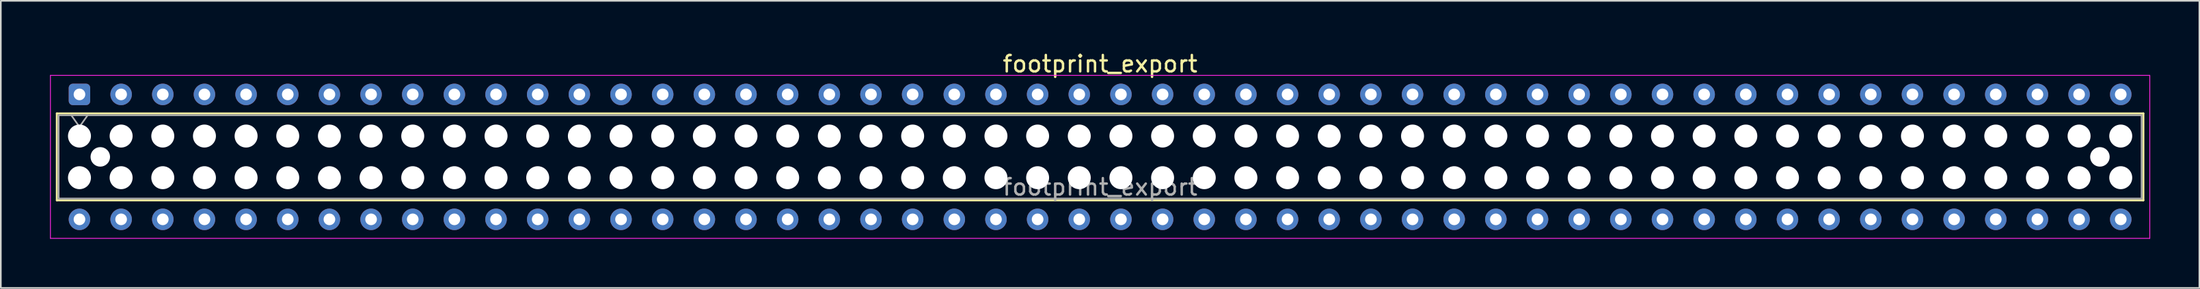
<source format=kicad_pcb>
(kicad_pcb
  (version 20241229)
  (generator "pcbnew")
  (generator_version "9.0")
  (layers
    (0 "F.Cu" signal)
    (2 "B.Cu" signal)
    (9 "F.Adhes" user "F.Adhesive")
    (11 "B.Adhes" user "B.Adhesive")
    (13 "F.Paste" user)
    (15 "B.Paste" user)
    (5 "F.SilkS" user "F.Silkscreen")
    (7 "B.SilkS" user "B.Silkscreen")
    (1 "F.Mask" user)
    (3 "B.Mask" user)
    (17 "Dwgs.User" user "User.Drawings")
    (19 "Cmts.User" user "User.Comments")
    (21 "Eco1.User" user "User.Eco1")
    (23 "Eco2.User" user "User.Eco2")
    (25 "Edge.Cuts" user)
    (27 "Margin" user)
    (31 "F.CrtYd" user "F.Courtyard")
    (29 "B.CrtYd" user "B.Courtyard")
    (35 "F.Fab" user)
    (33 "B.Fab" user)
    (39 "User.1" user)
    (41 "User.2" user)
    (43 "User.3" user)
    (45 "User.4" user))
  (footprint "footprint_export"
    (layer "F.Cu")
    (at 1.795 2.708)
    (property "Reference" "footprint_export" (at 62.23 -1.86 0) (layer "F.SilkS") (effects (font (size 1 1) (thickness 0.15))))
    (attr through_hole)
    (fp_line (start -1.38 1.16) (end 125.84 1.16) (stroke (width 0.12) (type solid)) (layer "F.SilkS"))
    (fp_line (start -1.38 6.46) (end -1.38 1.16) (stroke (width 0.12) (type solid)) (layer "F.SilkS"))
    (fp_line (start 125.84 1.16) (end 125.84 6.46) (stroke (width 0.12) (type solid)) (layer "F.SilkS"))
    (fp_line (start 125.84 6.46) (end -1.38 6.46) (stroke (width 0.12) (type solid)) (layer "F.SilkS"))
    (fp_line (start -1.77 -1.16) (end 126.23 -1.16) (stroke (width 0.05) (type solid)) (layer "F.CrtYd"))
    (fp_line (start -1.77 8.78) (end -1.77 -1.16) (stroke (width 0.05) (type solid)) (layer "F.CrtYd"))
    (fp_line (start 126.23 -1.16) (end 126.23 8.78) (stroke (width 0.05) (type solid)) (layer "F.CrtYd"))
    (fp_line (start 126.23 8.78) (end -1.77 8.78) (stroke (width 0.05) (type solid)) (layer "F.CrtYd"))
    (fp_line (start -1.27 1.27) (end 125.73 1.27) (stroke (width 0.1) (type solid)) (layer "F.Fab"))
    (fp_line (start -1.27 6.35) (end -1.27 1.27) (stroke (width 0.1) (type solid)) (layer "F.Fab"))
    (fp_line (start -0.5 1.27) (end 0 1.977) (stroke (width 0.1) (type solid)) (layer "F.Fab"))
    (fp_line (start 0 1.977) (end 0.5 1.27) (stroke (width 0.1) (type solid)) (layer "F.Fab"))
    (fp_line (start 125.73 1.27) (end 125.73 6.35) (stroke (width 0.1) (type solid)) (layer "F.Fab"))
    (fp_line (start 125.73 6.35) (end -1.27 6.35) (stroke (width 0.1) (type solid)) (layer "F.Fab"))
    (fp_text user "${REFERENCE}" (at 62.23 5.65 0) (layer "F.Fab") (effects (font (size 1 1) (thickness 0.15))))
    (pad "" np_thru_hole circle (at 0 2.54) (size 1.4 1.4) (drill 1.4) (layers "*.Cu" "*.Mask"))
    (pad "" np_thru_hole circle (at 0 5.08) (size 1.4 1.4) (drill 1.4) (layers "*.Cu" "*.Mask"))
    (pad "" np_thru_hole circle (at 1.27 3.81) (size 1.19 1.19) (drill 1.19) (layers "*.Cu" "*.Mask"))
    (pad "" np_thru_hole circle (at 2.54 2.54) (size 1.4 1.4) (drill 1.4) (layers "*.Cu" "*.Mask"))
    (pad "" np_thru_hole circle (at 2.54 5.08) (size 1.4 1.4) (drill 1.4) (layers "*.Cu" "*.Mask"))
    (pad "" np_thru_hole circle (at 5.08 2.54) (size 1.4 1.4) (drill 1.4) (layers "*.Cu" "*.Mask"))
    (pad "" np_thru_hole circle (at 5.08 5.08) (size 1.4 1.4) (drill 1.4) (layers "*.Cu" "*.Mask"))
    (pad "" np_thru_hole circle (at 7.62 2.54) (size 1.4 1.4) (drill 1.4) (layers "*.Cu" "*.Mask"))
    (pad "" np_thru_hole circle (at 7.62 5.08) (size 1.4 1.4) (drill 1.4) (layers "*.Cu" "*.Mask"))
    (pad "" np_thru_hole circle (at 10.16 2.54) (size 1.4 1.4) (drill 1.4) (layers "*.Cu" "*.Mask"))
    (pad "" np_thru_hole circle (at 10.16 5.08) (size 1.4 1.4) (drill 1.4) (layers "*.Cu" "*.Mask"))
    (pad "" np_thru_hole circle (at 12.7 2.54) (size 1.4 1.4) (drill 1.4) (layers "*.Cu" "*.Mask"))
    (pad "" np_thru_hole circle (at 12.7 5.08) (size 1.4 1.4) (drill 1.4) (layers "*.Cu" "*.Mask"))
    (pad "" np_thru_hole circle (at 15.24 2.54) (size 1.4 1.4) (drill 1.4) (layers "*.Cu" "*.Mask"))
    (pad "" np_thru_hole circle (at 15.24 5.08) (size 1.4 1.4) (drill 1.4) (layers "*.Cu" "*.Mask"))
    (pad "" np_thru_hole circle (at 17.78 2.54) (size 1.4 1.4) (drill 1.4) (layers "*.Cu" "*.Mask"))
    (pad "" np_thru_hole circle (at 17.78 5.08) (size 1.4 1.4) (drill 1.4) (layers "*.Cu" "*.Mask"))
    (pad "" np_thru_hole circle (at 20.32 2.54) (size 1.4 1.4) (drill 1.4) (layers "*.Cu" "*.Mask"))
    (pad "" np_thru_hole circle (at 20.32 5.08) (size 1.4 1.4) (drill 1.4) (layers "*.Cu" "*.Mask"))
    (pad "" np_thru_hole circle (at 22.86 2.54) (size 1.4 1.4) (drill 1.4) (layers "*.Cu" "*.Mask"))
    (pad "" np_thru_hole circle (at 22.86 5.08) (size 1.4 1.4) (drill 1.4) (layers "*.Cu" "*.Mask"))
    (pad "" np_thru_hole circle (at 25.4 2.54) (size 1.4 1.4) (drill 1.4) (layers "*.Cu" "*.Mask"))
    (pad "" np_thru_hole circle (at 25.4 5.08) (size 1.4 1.4) (drill 1.4) (layers "*.Cu" "*.Mask"))
    (pad "" np_thru_hole circle (at 27.94 2.54) (size 1.4 1.4) (drill 1.4) (layers "*.Cu" "*.Mask"))
    (pad "" np_thru_hole circle (at 27.94 5.08) (size 1.4 1.4) (drill 1.4) (layers "*.Cu" "*.Mask"))
    (pad "" np_thru_hole circle (at 30.48 2.54) (size 1.4 1.4) (drill 1.4) (layers "*.Cu" "*.Mask"))
    (pad "" np_thru_hole circle (at 30.48 5.08) (size 1.4 1.4) (drill 1.4) (layers "*.Cu" "*.Mask"))
    (pad "" np_thru_hole circle (at 33.02 2.54) (size 1.4 1.4) (drill 1.4) (layers "*.Cu" "*.Mask"))
    (pad "" np_thru_hole circle (at 33.02 5.08) (size 1.4 1.4) (drill 1.4) (layers "*.Cu" "*.Mask"))
    (pad "" np_thru_hole circle (at 35.56 2.54) (size 1.4 1.4) (drill 1.4) (layers "*.Cu" "*.Mask"))
    (pad "" np_thru_hole circle (at 35.56 5.08) (size 1.4 1.4) (drill 1.4) (layers "*.Cu" "*.Mask"))
    (pad "" np_thru_hole circle (at 38.1 2.54) (size 1.4 1.4) (drill 1.4) (layers "*.Cu" "*.Mask"))
    (pad "" np_thru_hole circle (at 38.1 5.08) (size 1.4 1.4) (drill 1.4) (layers "*.Cu" "*.Mask"))
    (pad "" np_thru_hole circle (at 40.64 2.54) (size 1.4 1.4) (drill 1.4) (layers "*.Cu" "*.Mask"))
    (pad "" np_thru_hole circle (at 40.64 5.08) (size 1.4 1.4) (drill 1.4) (layers "*.Cu" "*.Mask"))
    (pad "" np_thru_hole circle (at 43.18 2.54) (size 1.4 1.4) (drill 1.4) (layers "*.Cu" "*.Mask"))
    (pad "" np_thru_hole circle (at 43.18 5.08) (size 1.4 1.4) (drill 1.4) (layers "*.Cu" "*.Mask"))
    (pad "" np_thru_hole circle (at 45.72 2.54) (size 1.4 1.4) (drill 1.4) (layers "*.Cu" "*.Mask"))
    (pad "" np_thru_hole circle (at 45.72 5.08) (size 1.4 1.4) (drill 1.4) (layers "*.Cu" "*.Mask"))
    (pad "" np_thru_hole circle (at 48.26 2.54) (size 1.4 1.4) (drill 1.4) (layers "*.Cu" "*.Mask"))
    (pad "" np_thru_hole circle (at 48.26 5.08) (size 1.4 1.4) (drill 1.4) (layers "*.Cu" "*.Mask"))
    (pad "" np_thru_hole circle (at 50.8 2.54) (size 1.4 1.4) (drill 1.4) (layers "*.Cu" "*.Mask"))
    (pad "" np_thru_hole circle (at 50.8 5.08) (size 1.4 1.4) (drill 1.4) (layers "*.Cu" "*.Mask"))
    (pad "" np_thru_hole circle (at 53.34 2.54) (size 1.4 1.4) (drill 1.4) (layers "*.Cu" "*.Mask"))
    (pad "" np_thru_hole circle (at 53.34 5.08) (size 1.4 1.4) (drill 1.4) (layers "*.Cu" "*.Mask"))
    (pad "" np_thru_hole circle (at 55.88 2.54) (size 1.4 1.4) (drill 1.4) (layers "*.Cu" "*.Mask"))
    (pad "" np_thru_hole circle (at 55.88 5.08) (size 1.4 1.4) (drill 1.4) (layers "*.Cu" "*.Mask"))
    (pad "" np_thru_hole circle (at 58.42 2.54) (size 1.4 1.4) (drill 1.4) (layers "*.Cu" "*.Mask"))
    (pad "" np_thru_hole circle (at 58.42 5.08) (size 1.4 1.4) (drill 1.4) (layers "*.Cu" "*.Mask"))
    (pad "" np_thru_hole circle (at 60.96 2.54) (size 1.4 1.4) (drill 1.4) (layers "*.Cu" "*.Mask"))
    (pad "" np_thru_hole circle (at 60.96 5.08) (size 1.4 1.4) (drill 1.4) (layers "*.Cu" "*.Mask"))
    (pad "" np_thru_hole circle (at 63.5 2.54) (size 1.4 1.4) (drill 1.4) (layers "*.Cu" "*.Mask"))
    (pad "" np_thru_hole circle (at 63.5 5.08) (size 1.4 1.4) (drill 1.4) (layers "*.Cu" "*.Mask"))
    (pad "" np_thru_hole circle (at 66.04 2.54) (size 1.4 1.4) (drill 1.4) (layers "*.Cu" "*.Mask"))
    (pad "" np_thru_hole circle (at 66.04 5.08) (size 1.4 1.4) (drill 1.4) (layers "*.Cu" "*.Mask"))
    (pad "" np_thru_hole circle (at 68.58 2.54) (size 1.4 1.4) (drill 1.4) (layers "*.Cu" "*.Mask"))
    (pad "" np_thru_hole circle (at 68.58 5.08) (size 1.4 1.4) (drill 1.4) (layers "*.Cu" "*.Mask"))
    (pad "" np_thru_hole circle (at 71.12 2.54) (size 1.4 1.4) (drill 1.4) (layers "*.Cu" "*.Mask"))
    (pad "" np_thru_hole circle (at 71.12 5.08) (size 1.4 1.4) (drill 1.4) (layers "*.Cu" "*.Mask"))
    (pad "" np_thru_hole circle (at 73.66 2.54) (size 1.4 1.4) (drill 1.4) (layers "*.Cu" "*.Mask"))
    (pad "" np_thru_hole circle (at 73.66 5.08) (size 1.4 1.4) (drill 1.4) (layers "*.Cu" "*.Mask"))
    (pad "" np_thru_hole circle (at 76.2 2.54) (size 1.4 1.4) (drill 1.4) (layers "*.Cu" "*.Mask"))
    (pad "" np_thru_hole circle (at 76.2 5.08) (size 1.4 1.4) (drill 1.4) (layers "*.Cu" "*.Mask"))
    (pad "" np_thru_hole circle (at 78.74 2.54) (size 1.4 1.4) (drill 1.4) (layers "*.Cu" "*.Mask"))
    (pad "" np_thru_hole circle (at 78.74 5.08) (size 1.4 1.4) (drill 1.4) (layers "*.Cu" "*.Mask"))
    (pad "" np_thru_hole circle (at 81.28 2.54) (size 1.4 1.4) (drill 1.4) (layers "*.Cu" "*.Mask"))
    (pad "" np_thru_hole circle (at 81.28 5.08) (size 1.4 1.4) (drill 1.4) (layers "*.Cu" "*.Mask"))
    (pad "" np_thru_hole circle (at 83.82 2.54) (size 1.4 1.4) (drill 1.4) (layers "*.Cu" "*.Mask"))
    (pad "" np_thru_hole circle (at 83.82 5.08) (size 1.4 1.4) (drill 1.4) (layers "*.Cu" "*.Mask"))
    (pad "" np_thru_hole circle (at 86.36 2.54) (size 1.4 1.4) (drill 1.4) (layers "*.Cu" "*.Mask"))
    (pad "" np_thru_hole circle (at 86.36 5.08) (size 1.4 1.4) (drill 1.4) (layers "*.Cu" "*.Mask"))
    (pad "" np_thru_hole circle (at 88.9 2.54) (size 1.4 1.4) (drill 1.4) (layers "*.Cu" "*.Mask"))
    (pad "" np_thru_hole circle (at 88.9 5.08) (size 1.4 1.4) (drill 1.4) (layers "*.Cu" "*.Mask"))
    (pad "" np_thru_hole circle (at 91.44 2.54) (size 1.4 1.4) (drill 1.4) (layers "*.Cu" "*.Mask"))
    (pad "" np_thru_hole circle (at 91.44 5.08) (size 1.4 1.4) (drill 1.4) (layers "*.Cu" "*.Mask"))
    (pad "" np_thru_hole circle (at 93.98 2.54) (size 1.4 1.4) (drill 1.4) (layers "*.Cu" "*.Mask"))
    (pad "" np_thru_hole circle (at 93.98 5.08) (size 1.4 1.4) (drill 1.4) (layers "*.Cu" "*.Mask"))
    (pad "" np_thru_hole circle (at 96.52 2.54) (size 1.4 1.4) (drill 1.4) (layers "*.Cu" "*.Mask"))
    (pad "" np_thru_hole circle (at 96.52 5.08) (size 1.4 1.4) (drill 1.4) (layers "*.Cu" "*.Mask"))
    (pad "" np_thru_hole circle (at 99.06 2.54) (size 1.4 1.4) (drill 1.4) (layers "*.Cu" "*.Mask"))
    (pad "" np_thru_hole circle (at 99.06 5.08) (size 1.4 1.4) (drill 1.4) (layers "*.Cu" "*.Mask"))
    (pad "" np_thru_hole circle (at 101.6 2.54) (size 1.4 1.4) (drill 1.4) (layers "*.Cu" "*.Mask"))
    (pad "" np_thru_hole circle (at 101.6 5.08) (size 1.4 1.4) (drill 1.4) (layers "*.Cu" "*.Mask"))
    (pad "" np_thru_hole circle (at 104.14 2.54) (size 1.4 1.4) (drill 1.4) (layers "*.Cu" "*.Mask"))
    (pad "" np_thru_hole circle (at 104.14 5.08) (size 1.4 1.4) (drill 1.4) (layers "*.Cu" "*.Mask"))
    (pad "" np_thru_hole circle (at 106.68 2.54) (size 1.4 1.4) (drill 1.4) (layers "*.Cu" "*.Mask"))
    (pad "" np_thru_hole circle (at 106.68 5.08) (size 1.4 1.4) (drill 1.4) (layers "*.Cu" "*.Mask"))
    (pad "" np_thru_hole circle (at 109.22 2.54) (size 1.4 1.4) (drill 1.4) (layers "*.Cu" "*.Mask"))
    (pad "" np_thru_hole circle (at 109.22 5.08) (size 1.4 1.4) (drill 1.4) (layers "*.Cu" "*.Mask"))
    (pad "" np_thru_hole circle (at 111.76 2.54) (size 1.4 1.4) (drill 1.4) (layers "*.Cu" "*.Mask"))
    (pad "" np_thru_hole circle (at 111.76 5.08) (size 1.4 1.4) (drill 1.4) (layers "*.Cu" "*.Mask"))
    (pad "" np_thru_hole circle (at 114.3 2.54) (size 1.4 1.4) (drill 1.4) (layers "*.Cu" "*.Mask"))
    (pad "" np_thru_hole circle (at 114.3 5.08) (size 1.4 1.4) (drill 1.4) (layers "*.Cu" "*.Mask"))
    (pad "" np_thru_hole circle (at 116.84 2.54) (size 1.4 1.4) (drill 1.4) (layers "*.Cu" "*.Mask"))
    (pad "" np_thru_hole circle (at 116.84 5.08) (size 1.4 1.4) (drill 1.4) (layers "*.Cu" "*.Mask"))
    (pad "" np_thru_hole circle (at 119.38 2.54) (size 1.4 1.4) (drill 1.4) (layers "*.Cu" "*.Mask"))
    (pad "" np_thru_hole circle (at 119.38 5.08) (size 1.4 1.4) (drill 1.4) (layers "*.Cu" "*.Mask"))
    (pad "" np_thru_hole circle (at 121.92 2.54) (size 1.4 1.4) (drill 1.4) (layers "*.Cu" "*.Mask"))
    (pad "" np_thru_hole circle (at 121.92 5.08) (size 1.4 1.4) (drill 1.4) (layers "*.Cu" "*.Mask"))
    (pad "" np_thru_hole circle (at 123.19 3.81) (size 1.19 1.19) (drill 1.19) (layers "*.Cu" "*.Mask"))
    (pad "" np_thru_hole circle (at 124.46 2.54) (size 1.4 1.4) (drill 1.4) (layers "*.Cu" "*.Mask"))
    (pad "" np_thru_hole circle (at 124.46 5.08) (size 1.4 1.4) (drill 1.4) (layers "*.Cu" "*.Mask"))
    (pad "1" thru_hole roundrect (at 0 0) (size 1.31 1.31) (drill 0.71) (layers "*.Cu" "*.Mask") (roundrect_rratio 0.191))
    (pad "2" thru_hole circle (at 0 7.62) (size 1.31 1.31) (drill 0.71) (layers "*.Cu" "*.Mask"))
    (pad "3" thru_hole circle (at 2.54 0) (size 1.31 1.31) (drill 0.71) (layers "*.Cu" "*.Mask"))
    (pad "4" thru_hole circle (at 2.54 7.62) (size 1.31 1.31) (drill 0.71) (layers "*.Cu" "*.Mask"))
    (pad "5" thru_hole circle (at 5.08 0) (size 1.31 1.31) (drill 0.71) (layers "*.Cu" "*.Mask"))
    (pad "6" thru_hole circle (at 5.08 7.62) (size 1.31 1.31) (drill 0.71) (layers "*.Cu" "*.Mask"))
    (pad "7" thru_hole circle (at 7.62 0) (size 1.31 1.31) (drill 0.71) (layers "*.Cu" "*.Mask"))
    (pad "8" thru_hole circle (at 7.62 7.62) (size 1.31 1.31) (drill 0.71) (layers "*.Cu" "*.Mask"))
    (pad "9" thru_hole circle (at 10.16 0) (size 1.31 1.31) (drill 0.71) (layers "*.Cu" "*.Mask"))
    (pad "10" thru_hole circle (at 10.16 7.62) (size 1.31 1.31) (drill 0.71) (layers "*.Cu" "*.Mask"))
    (pad "11" thru_hole circle (at 12.7 0) (size 1.31 1.31) (drill 0.71) (layers "*.Cu" "*.Mask"))
    (pad "12" thru_hole circle (at 12.7 7.62) (size 1.31 1.31) (drill 0.71) (layers "*.Cu" "*.Mask"))
    (pad "13" thru_hole circle (at 15.24 0) (size 1.31 1.31) (drill 0.71) (layers "*.Cu" "*.Mask"))
    (pad "14" thru_hole circle (at 15.24 7.62) (size 1.31 1.31) (drill 0.71) (layers "*.Cu" "*.Mask"))
    (pad "15" thru_hole circle (at 17.78 0) (size 1.31 1.31) (drill 0.71) (layers "*.Cu" "*.Mask"))
    (pad "16" thru_hole circle (at 17.78 7.62) (size 1.31 1.31) (drill 0.71) (layers "*.Cu" "*.Mask"))
    (pad "17" thru_hole circle (at 20.32 0) (size 1.31 1.31) (drill 0.71) (layers "*.Cu" "*.Mask"))
    (pad "18" thru_hole circle (at 20.32 7.62) (size 1.31 1.31) (drill 0.71) (layers "*.Cu" "*.Mask"))
    (pad "19" thru_hole circle (at 22.86 0) (size 1.31 1.31) (drill 0.71) (layers "*.Cu" "*.Mask"))
    (pad "20" thru_hole circle (at 22.86 7.62) (size 1.31 1.31) (drill 0.71) (layers "*.Cu" "*.Mask"))
    (pad "21" thru_hole circle (at 25.4 0) (size 1.31 1.31) (drill 0.71) (layers "*.Cu" "*.Mask"))
    (pad "22" thru_hole circle (at 25.4 7.62) (size 1.31 1.31) (drill 0.71) (layers "*.Cu" "*.Mask"))
    (pad "23" thru_hole circle (at 27.94 0) (size 1.31 1.31) (drill 0.71) (layers "*.Cu" "*.Mask"))
    (pad "24" thru_hole circle (at 27.94 7.62) (size 1.31 1.31) (drill 0.71) (layers "*.Cu" "*.Mask"))
    (pad "25" thru_hole circle (at 30.48 0) (size 1.31 1.31) (drill 0.71) (layers "*.Cu" "*.Mask"))
    (pad "26" thru_hole circle (at 30.48 7.62) (size 1.31 1.31) (drill 0.71) (layers "*.Cu" "*.Mask"))
    (pad "27" thru_hole circle (at 33.02 0) (size 1.31 1.31) (drill 0.71) (layers "*.Cu" "*.Mask"))
    (pad "28" thru_hole circle (at 33.02 7.62) (size 1.31 1.31) (drill 0.71) (layers "*.Cu" "*.Mask"))
    (pad "29" thru_hole circle (at 35.56 0) (size 1.31 1.31) (drill 0.71) (layers "*.Cu" "*.Mask"))
    (pad "30" thru_hole circle (at 35.56 7.62) (size 1.31 1.31) (drill 0.71) (layers "*.Cu" "*.Mask"))
    (pad "31" thru_hole circle (at 38.1 0) (size 1.31 1.31) (drill 0.71) (layers "*.Cu" "*.Mask"))
    (pad "32" thru_hole circle (at 38.1 7.62) (size 1.31 1.31) (drill 0.71) (layers "*.Cu" "*.Mask"))
    (pad "33" thru_hole circle (at 40.64 0) (size 1.31 1.31) (drill 0.71) (layers "*.Cu" "*.Mask"))
    (pad "34" thru_hole circle (at 40.64 7.62) (size 1.31 1.31) (drill 0.71) (layers "*.Cu" "*.Mask"))
    (pad "35" thru_hole circle (at 43.18 0) (size 1.31 1.31) (drill 0.71) (layers "*.Cu" "*.Mask"))
    (pad "36" thru_hole circle (at 43.18 7.62) (size 1.31 1.31) (drill 0.71) (layers "*.Cu" "*.Mask"))
    (pad "37" thru_hole circle (at 45.72 0) (size 1.31 1.31) (drill 0.71) (layers "*.Cu" "*.Mask"))
    (pad "38" thru_hole circle (at 45.72 7.62) (size 1.31 1.31) (drill 0.71) (layers "*.Cu" "*.Mask"))
    (pad "39" thru_hole circle (at 48.26 0) (size 1.31 1.31) (drill 0.71) (layers "*.Cu" "*.Mask"))
    (pad "40" thru_hole circle (at 48.26 7.62) (size 1.31 1.31) (drill 0.71) (layers "*.Cu" "*.Mask"))
    (pad "41" thru_hole circle (at 50.8 0) (size 1.31 1.31) (drill 0.71) (layers "*.Cu" "*.Mask"))
    (pad "42" thru_hole circle (at 50.8 7.62) (size 1.31 1.31) (drill 0.71) (layers "*.Cu" "*.Mask"))
    (pad "43" thru_hole circle (at 53.34 0) (size 1.31 1.31) (drill 0.71) (layers "*.Cu" "*.Mask"))
    (pad "44" thru_hole circle (at 53.34 7.62) (size 1.31 1.31) (drill 0.71) (layers "*.Cu" "*.Mask"))
    (pad "45" thru_hole circle (at 55.88 0) (size 1.31 1.31) (drill 0.71) (layers "*.Cu" "*.Mask"))
    (pad "46" thru_hole circle (at 55.88 7.62) (size 1.31 1.31) (drill 0.71) (layers "*.Cu" "*.Mask"))
    (pad "47" thru_hole circle (at 58.42 0) (size 1.31 1.31) (drill 0.71) (layers "*.Cu" "*.Mask"))
    (pad "48" thru_hole circle (at 58.42 7.62) (size 1.31 1.31) (drill 0.71) (layers "*.Cu" "*.Mask"))
    (pad "49" thru_hole circle (at 60.96 0) (size 1.31 1.31) (drill 0.71) (layers "*.Cu" "*.Mask"))
    (pad "50" thru_hole circle (at 60.96 7.62) (size 1.31 1.31) (drill 0.71) (layers "*.Cu" "*.Mask"))
    (pad "51" thru_hole circle (at 63.5 0) (size 1.31 1.31) (drill 0.71) (layers "*.Cu" "*.Mask"))
    (pad "52" thru_hole circle (at 63.5 7.62) (size 1.31 1.31) (drill 0.71) (layers "*.Cu" "*.Mask"))
    (pad "53" thru_hole circle (at 66.04 0) (size 1.31 1.31) (drill 0.71) (layers "*.Cu" "*.Mask"))
    (pad "54" thru_hole circle (at 66.04 7.62) (size 1.31 1.31) (drill 0.71) (layers "*.Cu" "*.Mask"))
    (pad "55" thru_hole circle (at 68.58 0) (size 1.31 1.31) (drill 0.71) (layers "*.Cu" "*.Mask"))
    (pad "56" thru_hole circle (at 68.58 7.62) (size 1.31 1.31) (drill 0.71) (layers "*.Cu" "*.Mask"))
    (pad "57" thru_hole circle (at 71.12 0) (size 1.31 1.31) (drill 0.71) (layers "*.Cu" "*.Mask"))
    (pad "58" thru_hole circle (at 71.12 7.62) (size 1.31 1.31) (drill 0.71) (layers "*.Cu" "*.Mask"))
    (pad "59" thru_hole circle (at 73.66 0) (size 1.31 1.31) (drill 0.71) (layers "*.Cu" "*.Mask"))
    (pad "60" thru_hole circle (at 73.66 7.62) (size 1.31 1.31) (drill 0.71) (layers "*.Cu" "*.Mask"))
    (pad "61" thru_hole circle (at 76.2 0) (size 1.31 1.31) (drill 0.71) (layers "*.Cu" "*.Mask"))
    (pad "62" thru_hole circle (at 76.2 7.62) (size 1.31 1.31) (drill 0.71) (layers "*.Cu" "*.Mask"))
    (pad "63" thru_hole circle (at 78.74 0) (size 1.31 1.31) (drill 0.71) (layers "*.Cu" "*.Mask"))
    (pad "64" thru_hole circle (at 78.74 7.62) (size 1.31 1.31) (drill 0.71) (layers "*.Cu" "*.Mask"))
    (pad "65" thru_hole circle (at 81.28 0) (size 1.31 1.31) (drill 0.71) (layers "*.Cu" "*.Mask"))
    (pad "66" thru_hole circle (at 81.28 7.62) (size 1.31 1.31) (drill 0.71) (layers "*.Cu" "*.Mask"))
    (pad "67" thru_hole circle (at 83.82 0) (size 1.31 1.31) (drill 0.71) (layers "*.Cu" "*.Mask"))
    (pad "68" thru_hole circle (at 83.82 7.62) (size 1.31 1.31) (drill 0.71) (layers "*.Cu" "*.Mask"))
    (pad "69" thru_hole circle (at 86.36 0) (size 1.31 1.31) (drill 0.71) (layers "*.Cu" "*.Mask"))
    (pad "70" thru_hole circle (at 86.36 7.62) (size 1.31 1.31) (drill 0.71) (layers "*.Cu" "*.Mask"))
    (pad "71" thru_hole circle (at 88.9 0) (size 1.31 1.31) (drill 0.71) (layers "*.Cu" "*.Mask"))
    (pad "72" thru_hole circle (at 88.9 7.62) (size 1.31 1.31) (drill 0.71) (layers "*.Cu" "*.Mask"))
    (pad "73" thru_hole circle (at 91.44 0) (size 1.31 1.31) (drill 0.71) (layers "*.Cu" "*.Mask"))
    (pad "74" thru_hole circle (at 91.44 7.62) (size 1.31 1.31) (drill 0.71) (layers "*.Cu" "*.Mask"))
    (pad "75" thru_hole circle (at 93.98 0) (size 1.31 1.31) (drill 0.71) (layers "*.Cu" "*.Mask"))
    (pad "76" thru_hole circle (at 93.98 7.62) (size 1.31 1.31) (drill 0.71) (layers "*.Cu" "*.Mask"))
    (pad "77" thru_hole circle (at 96.52 0) (size 1.31 1.31) (drill 0.71) (layers "*.Cu" "*.Mask"))
    (pad "78" thru_hole circle (at 96.52 7.62) (size 1.31 1.31) (drill 0.71) (layers "*.Cu" "*.Mask"))
    (pad "79" thru_hole circle (at 99.06 0) (size 1.31 1.31) (drill 0.71) (layers "*.Cu" "*.Mask"))
    (pad "80" thru_hole circle (at 99.06 7.62) (size 1.31 1.31) (drill 0.71) (layers "*.Cu" "*.Mask"))
    (pad "81" thru_hole circle (at 101.6 0) (size 1.31 1.31) (drill 0.71) (layers "*.Cu" "*.Mask"))
    (pad "82" thru_hole circle (at 101.6 7.62) (size 1.31 1.31) (drill 0.71) (layers "*.Cu" "*.Mask"))
    (pad "83" thru_hole circle (at 104.14 0) (size 1.31 1.31) (drill 0.71) (layers "*.Cu" "*.Mask"))
    (pad "84" thru_hole circle (at 104.14 7.62) (size 1.31 1.31) (drill 0.71) (layers "*.Cu" "*.Mask"))
    (pad "85" thru_hole circle (at 106.68 0) (size 1.31 1.31) (drill 0.71) (layers "*.Cu" "*.Mask"))
    (pad "86" thru_hole circle (at 106.68 7.62) (size 1.31 1.31) (drill 0.71) (layers "*.Cu" "*.Mask"))
    (pad "87" thru_hole circle (at 109.22 0) (size 1.31 1.31) (drill 0.71) (layers "*.Cu" "*.Mask"))
    (pad "88" thru_hole circle (at 109.22 7.62) (size 1.31 1.31) (drill 0.71) (layers "*.Cu" "*.Mask"))
    (pad "89" thru_hole circle (at 111.76 0) (size 1.31 1.31) (drill 0.71) (layers "*.Cu" "*.Mask"))
    (pad "90" thru_hole circle (at 111.76 7.62) (size 1.31 1.31) (drill 0.71) (layers "*.Cu" "*.Mask"))
    (pad "91" thru_hole circle (at 114.3 0) (size 1.31 1.31) (drill 0.71) (layers "*.Cu" "*.Mask"))
    (pad "92" thru_hole circle (at 114.3 7.62) (size 1.31 1.31) (drill 0.71) (layers "*.Cu" "*.Mask"))
    (pad "93" thru_hole circle (at 116.84 0) (size 1.31 1.31) (drill 0.71) (layers "*.Cu" "*.Mask"))
    (pad "94" thru_hole circle (at 116.84 7.62) (size 1.31 1.31) (drill 0.71) (layers "*.Cu" "*.Mask"))
    (pad "95" thru_hole circle (at 119.38 0) (size 1.31 1.31) (drill 0.71) (layers "*.Cu" "*.Mask"))
    (pad "96" thru_hole circle (at 119.38 7.62) (size 1.31 1.31) (drill 0.71) (layers "*.Cu" "*.Mask"))
    (pad "97" thru_hole circle (at 121.92 0) (size 1.31 1.31) (drill 0.71) (layers "*.Cu" "*.Mask"))
    (pad "98" thru_hole circle (at 121.92 7.62) (size 1.31 1.31) (drill 0.71) (layers "*.Cu" "*.Mask"))
    (pad "99" thru_hole circle (at 124.46 0) (size 1.31 1.31) (drill 0.71) (layers "*.Cu" "*.Mask"))
    (pad "100" thru_hole circle (at 124.46 7.62) (size 1.31 1.31) (drill 0.71) (layers "*.Cu" "*.Mask")))
  (gr_rect
    (start -3 -3)
    (end 131.05 14.513)
    (stroke (width 0.1) (type default))
    (fill no)
    (layer "Edge.Cuts")))
</source>
